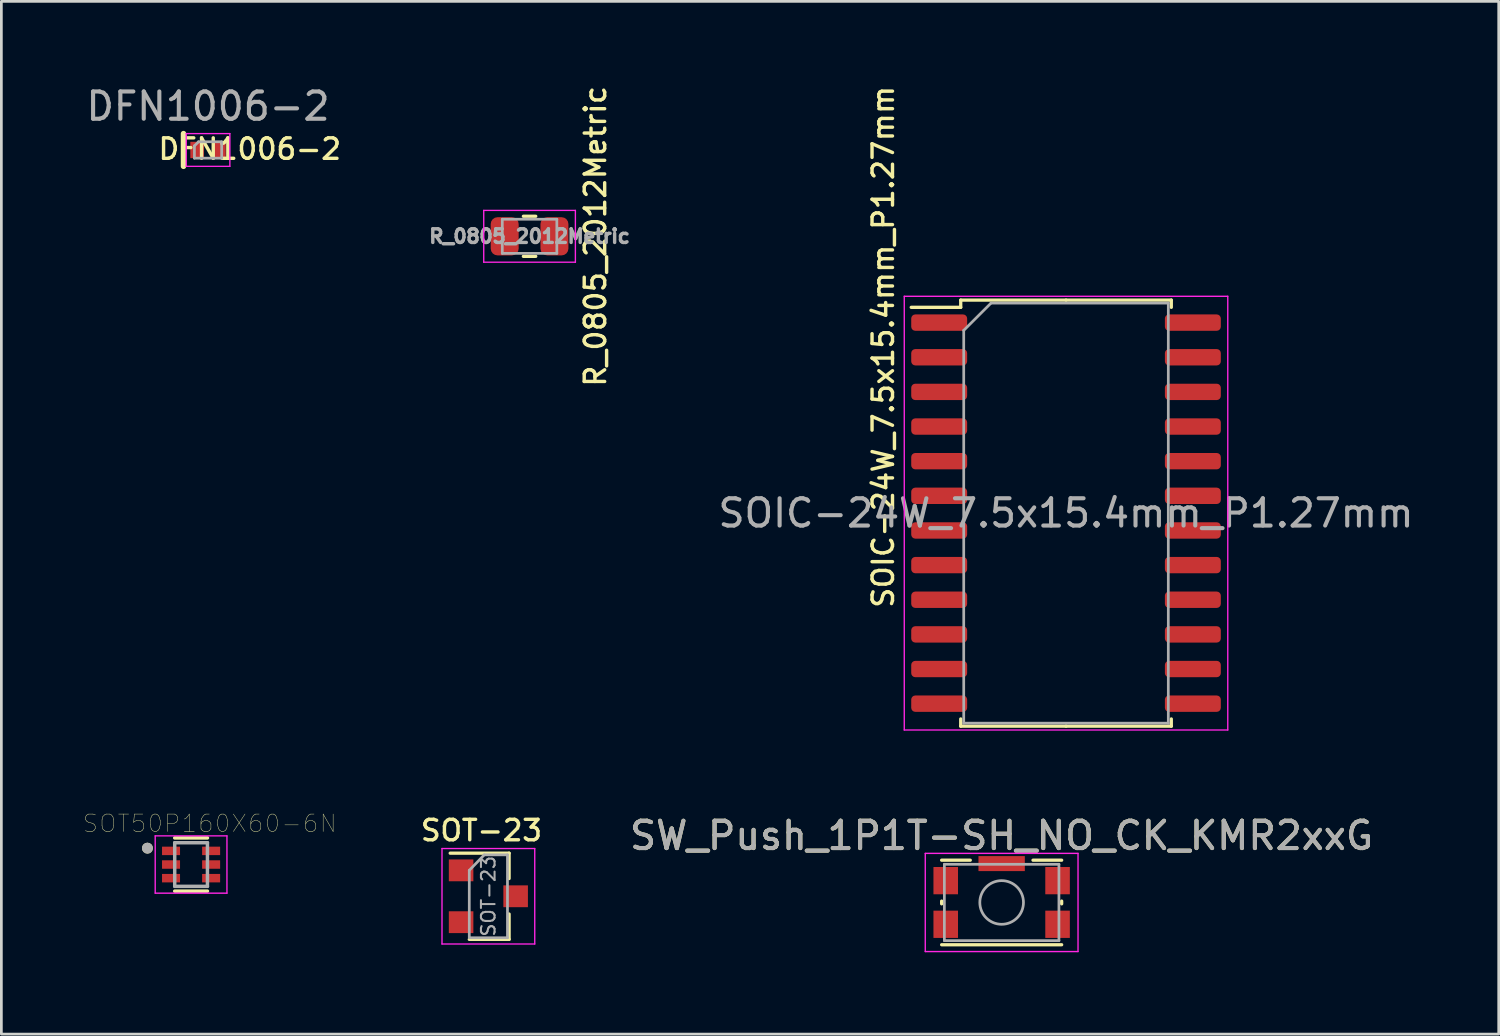
<source format=kicad_pcb>
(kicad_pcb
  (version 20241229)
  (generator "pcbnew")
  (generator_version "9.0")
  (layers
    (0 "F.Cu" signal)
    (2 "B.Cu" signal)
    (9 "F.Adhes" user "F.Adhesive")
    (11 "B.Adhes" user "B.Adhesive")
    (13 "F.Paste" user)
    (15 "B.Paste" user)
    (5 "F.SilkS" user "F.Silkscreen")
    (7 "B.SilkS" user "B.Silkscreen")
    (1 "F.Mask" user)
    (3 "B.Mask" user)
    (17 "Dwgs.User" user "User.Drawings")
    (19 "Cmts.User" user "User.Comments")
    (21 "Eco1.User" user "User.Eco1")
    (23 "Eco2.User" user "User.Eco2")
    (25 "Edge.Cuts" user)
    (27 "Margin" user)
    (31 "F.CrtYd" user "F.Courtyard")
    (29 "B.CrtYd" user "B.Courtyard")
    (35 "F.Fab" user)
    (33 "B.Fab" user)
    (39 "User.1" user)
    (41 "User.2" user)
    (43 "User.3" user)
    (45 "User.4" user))
  (footprint "SOT50P160X60-6N"
    (layer "F.Cu")
    (at 3.955 28.644)
    (property "Reference" "SOT50P160X60-6N" (at 0.682 -1.506 0) (layer "F.SilkS") (effects (font (size 0.64 0.64) (thickness 0.015))))
    (attr through_hole)
    (fp_line (start -0.6 -0.975) (end 0.6 -0.975) (stroke (width 0.127) (type solid)) (layer "F.SilkS"))
    (fp_line (start -0.6 0.975) (end 0.6 0.975) (stroke (width 0.127) (type solid)) (layer "F.SilkS"))
    (fp_circle (center -1.6 -0.6) (end -1.5 -0.6) (stroke (width 0.2) (type solid)) (fill no) (layer "F.SilkS"))
    (fp_line (start -1.315 -1.05) (end 1.315 -1.05) (stroke (width 0.05) (type solid)) (layer "F.CrtYd"))
    (fp_line (start -1.315 1.05) (end -1.315 -1.05) (stroke (width 0.05) (type solid)) (layer "F.CrtYd"))
    (fp_line (start 1.315 -1.05) (end 1.315 1.05) (stroke (width 0.05) (type solid)) (layer "F.CrtYd"))
    (fp_line (start 1.315 1.05) (end -1.315 1.05) (stroke (width 0.05) (type solid)) (layer "F.CrtYd"))
    (fp_line (start -0.6 -0.8) (end 0.6 -0.8) (stroke (width 0.127) (type solid)) (layer "F.Fab"))
    (fp_line (start -0.6 0.8) (end -0.6 -0.8) (stroke (width 0.127) (type solid)) (layer "F.Fab"))
    (fp_line (start 0.6 -0.8) (end 0.6 0.8) (stroke (width 0.127) (type solid)) (layer "F.Fab"))
    (fp_line (start 0.6 0.8) (end -0.6 0.8) (stroke (width 0.127) (type solid)) (layer "F.Fab"))
    (fp_circle (center -1.6 -0.6) (end -1.5 -0.6) (stroke (width 0.2) (type solid)) (fill no) (layer "F.Fab"))
    (pad "1" smd rect (at -0.735 -0.5) (size 0.66 0.31) (layers "F.Cu" "F.Mask" "F.Paste"))
    (pad "2" smd rect (at -0.735 0) (size 0.66 0.31) (layers "F.Cu" "F.Mask" "F.Paste"))
    (pad "3" smd rect (at -0.735 0.5) (size 0.66 0.31) (layers "F.Cu" "F.Mask" "F.Paste"))
    (pad "4" smd rect (at 0.735 0.5) (size 0.66 0.31) (layers "F.Cu" "F.Mask" "F.Paste"))
    (pad "5" smd rect (at 0.735 0) (size 0.66 0.31) (layers "F.Cu" "F.Mask" "F.Paste"))
    (pad "6" smd rect (at 0.735 -0.5) (size 0.66 0.31) (layers "F.Cu" "F.Mask" "F.Paste")))
  (footprint "SW_Push_1P1T-SH_NO_CK_KMR2xxG"
    (layer "F.Cu")
    (at 33.671 30.035)
    (property "Reference" "SW_Push_1P1T-SH_NO_CK_KMR2xxG" (at 0 -2.45 0) (layer "F.SilkS") (effects (font (size 1 1) (thickness 0.15))))
    (attr smd)
    (fp_line (start -2.2 0.05) (end -2.2 -0.05) (stroke (width 0.12) (type solid)) (layer "F.SilkS"))
    (fp_line (start -2.2 1.55) (end 2.2 1.55) (stroke (width 0.12) (type solid)) (layer "F.SilkS"))
    (fp_line (start -1.15 -1.55) (end -2.2 -1.55) (stroke (width 0.12) (type solid)) (layer "F.SilkS"))
    (fp_line (start 2.2 -1.55) (end 1.15 -1.55) (stroke (width 0.12) (type solid)) (layer "F.SilkS"))
    (fp_line (start 2.2 0.05) (end 2.2 -0.05) (stroke (width 0.12) (type solid)) (layer "F.SilkS"))
    (fp_line (start -2.8 -1.8) (end 2.8 -1.8) (stroke (width 0.05) (type solid)) (layer "F.CrtYd"))
    (fp_line (start -2.8 1.8) (end -2.8 -1.8) (stroke (width 0.05) (type solid)) (layer "F.CrtYd"))
    (fp_line (start 2.8 -1.8) (end 2.8 1.8) (stroke (width 0.05) (type solid)) (layer "F.CrtYd"))
    (fp_line (start 2.8 1.8) (end -2.8 1.8) (stroke (width 0.05) (type solid)) (layer "F.CrtYd"))
    (fp_line (start -2.1 -1.4) (end 2.1 -1.4) (stroke (width 0.1) (type solid)) (layer "F.Fab"))
    (fp_line (start -2.1 1.4) (end -2.1 -1.4) (stroke (width 0.1) (type solid)) (layer "F.Fab"))
    (fp_line (start 2.1 -1.4) (end 2.1 1.4) (stroke (width 0.1) (type solid)) (layer "F.Fab"))
    (fp_line (start 2.1 1.4) (end -2.1 1.4) (stroke (width 0.1) (type solid)) (layer "F.Fab"))
    (fp_circle (center 0 0) (end 0 0.8) (stroke (width 0.1) (type solid)) (fill no) (layer "F.Fab"))
    (fp_text user "${REFERENCE}" (at 0 -2.45 0) (layer "F.Fab") (effects (font (size 1 1) (thickness 0.15))))
    (pad "1" smd rect (at -2.05 -0.8) (size 0.9 1) (layers "F.Cu" "F.Mask" "F.Paste"))
    (pad "1" smd rect (at 2.05 -0.8) (size 0.9 1) (layers "F.Cu" "F.Mask" "F.Paste"))
    (pad "2" smd rect (at -2.05 0.8) (size 0.9 1) (layers "F.Cu" "F.Mask" "F.Paste"))
    (pad "2" smd rect (at 2.05 0.8) (size 0.9 1) (layers "F.Cu" "F.Mask" "F.Paste"))
    (pad "SH" smd rect (at 0 -1.425) (size 1.7 0.55) (layers "F.Cu" "F.Mask" "F.Paste")))
  (footprint "SOIC-24W_7.5x15.4mm_P1.27mm"
    (layer "F.Cu")
    (at 36.031 15.762)
    (property "Reference" "SOIC-24W_7.5x15.4mm_P1.27mm" (at -6.702 -6.096 90) (layer "F.SilkS") (effects (font (size 0.75 0.75) (thickness 0.125))))
    (attr smd)
    (fp_line (start -3.86 -7.81) (end -3.86 -7.545) (stroke (width 0.12) (type solid)) (layer "F.SilkS"))
    (fp_line (start -3.86 -7.545) (end -5.675 -7.545) (stroke (width 0.12) (type solid)) (layer "F.SilkS"))
    (fp_line (start -3.86 7.81) (end -3.86 7.545) (stroke (width 0.12) (type solid)) (layer "F.SilkS"))
    (fp_line (start 0 -7.81) (end -3.86 -7.81) (stroke (width 0.12) (type solid)) (layer "F.SilkS"))
    (fp_line (start 0 -7.81) (end 3.86 -7.81) (stroke (width 0.12) (type solid)) (layer "F.SilkS"))
    (fp_line (start 0 7.81) (end -3.86 7.81) (stroke (width 0.12) (type solid)) (layer "F.SilkS"))
    (fp_line (start 0 7.81) (end 3.86 7.81) (stroke (width 0.12) (type solid)) (layer "F.SilkS"))
    (fp_line (start 3.86 -7.81) (end 3.86 -7.545) (stroke (width 0.12) (type solid)) (layer "F.SilkS"))
    (fp_line (start 3.86 7.81) (end 3.86 7.545) (stroke (width 0.12) (type solid)) (layer "F.SilkS"))
    (fp_line (start -5.93 -7.95) (end -5.93 7.95) (stroke (width 0.05) (type solid)) (layer "F.CrtYd"))
    (fp_line (start -5.93 7.95) (end 5.93 7.95) (stroke (width 0.05) (type solid)) (layer "F.CrtYd"))
    (fp_line (start 5.93 -7.95) (end -5.93 -7.95) (stroke (width 0.05) (type solid)) (layer "F.CrtYd"))
    (fp_line (start 5.93 7.95) (end 5.93 -7.95) (stroke (width 0.05) (type solid)) (layer "F.CrtYd"))
    (fp_line (start -3.75 -6.7) (end -2.75 -7.7) (stroke (width 0.1) (type solid)) (layer "F.Fab"))
    (fp_line (start -3.75 7.7) (end -3.75 -6.7) (stroke (width 0.1) (type solid)) (layer "F.Fab"))
    (fp_line (start -2.75 -7.7) (end 3.75 -7.7) (stroke (width 0.1) (type solid)) (layer "F.Fab"))
    (fp_line (start 3.75 -7.7) (end 3.75 7.7) (stroke (width 0.1) (type solid)) (layer "F.Fab"))
    (fp_line (start 3.75 7.7) (end -3.75 7.7) (stroke (width 0.1) (type solid)) (layer "F.Fab"))
    (fp_text user "${REFERENCE}" (at 0 0 0) (layer "F.Fab") (effects (font (size 1 1) (thickness 0.15))))
    (pad "1" smd roundrect (at -4.65 -6.985) (size 2.05 0.6) (layers "F.Cu" "F.Mask" "F.Paste") (roundrect_rratio 0.25))
    (pad "2" smd roundrect (at -4.65 -5.715) (size 2.05 0.6) (layers "F.Cu" "F.Mask" "F.Paste") (roundrect_rratio 0.25))
    (pad "3" smd roundrect (at -4.65 -4.445) (size 2.05 0.6) (layers "F.Cu" "F.Mask" "F.Paste") (roundrect_rratio 0.25))
    (pad "4" smd roundrect (at -4.65 -3.175) (size 2.05 0.6) (layers "F.Cu" "F.Mask" "F.Paste") (roundrect_rratio 0.25))
    (pad "5" smd roundrect (at -4.65 -1.905) (size 2.05 0.6) (layers "F.Cu" "F.Mask" "F.Paste") (roundrect_rratio 0.25))
    (pad "6" smd roundrect (at -4.65 -0.635) (size 2.05 0.6) (layers "F.Cu" "F.Mask" "F.Paste") (roundrect_rratio 0.25))
    (pad "7" smd roundrect (at -4.65 0.635) (size 2.05 0.6) (layers "F.Cu" "F.Mask" "F.Paste") (roundrect_rratio 0.25))
    (pad "8" smd roundrect (at -4.65 1.905) (size 2.05 0.6) (layers "F.Cu" "F.Mask" "F.Paste") (roundrect_rratio 0.25))
    (pad "9" smd roundrect (at -4.65 3.175) (size 2.05 0.6) (layers "F.Cu" "F.Mask" "F.Paste") (roundrect_rratio 0.25))
    (pad "10" smd roundrect (at -4.65 4.445) (size 2.05 0.6) (layers "F.Cu" "F.Mask" "F.Paste") (roundrect_rratio 0.25))
    (pad "11" smd roundrect (at -4.65 5.715) (size 2.05 0.6) (layers "F.Cu" "F.Mask" "F.Paste") (roundrect_rratio 0.25))
    (pad "12" smd roundrect (at -4.65 6.985) (size 2.05 0.6) (layers "F.Cu" "F.Mask" "F.Paste") (roundrect_rratio 0.25))
    (pad "13" smd roundrect (at 4.65 6.985) (size 2.05 0.6) (layers "F.Cu" "F.Mask" "F.Paste") (roundrect_rratio 0.25))
    (pad "14" smd roundrect (at 4.65 5.715) (size 2.05 0.6) (layers "F.Cu" "F.Mask" "F.Paste") (roundrect_rratio 0.25))
    (pad "15" smd roundrect (at 4.65 4.445) (size 2.05 0.6) (layers "F.Cu" "F.Mask" "F.Paste") (roundrect_rratio 0.25))
    (pad "16" smd roundrect (at 4.65 3.175) (size 2.05 0.6) (layers "F.Cu" "F.Mask" "F.Paste") (roundrect_rratio 0.25))
    (pad "17" smd roundrect (at 4.65 1.905) (size 2.05 0.6) (layers "F.Cu" "F.Mask" "F.Paste") (roundrect_rratio 0.25))
    (pad "18" smd roundrect (at 4.65 0.635) (size 2.05 0.6) (layers "F.Cu" "F.Mask" "F.Paste") (roundrect_rratio 0.25))
    (pad "19" smd roundrect (at 4.65 -0.635) (size 2.05 0.6) (layers "F.Cu" "F.Mask" "F.Paste") (roundrect_rratio 0.25))
    (pad "20" smd roundrect (at 4.65 -1.905) (size 2.05 0.6) (layers "F.Cu" "F.Mask" "F.Paste") (roundrect_rratio 0.25))
    (pad "21" smd roundrect (at 4.65 -3.175) (size 2.05 0.6) (layers "F.Cu" "F.Mask" "F.Paste") (roundrect_rratio 0.25))
    (pad "22" smd roundrect (at 4.65 -4.445) (size 2.05 0.6) (layers "F.Cu" "F.Mask" "F.Paste") (roundrect_rratio 0.25))
    (pad "23" smd roundrect (at 4.65 -5.715) (size 2.05 0.6) (layers "F.Cu" "F.Mask" "F.Paste") (roundrect_rratio 0.25))
    (pad "24" smd roundrect (at 4.65 -6.985) (size 2.05 0.6) (layers "F.Cu" "F.Mask" "F.Paste") (roundrect_rratio 0.25)))
  (footprint "R_0805_2012Metric"
    (layer "F.Cu")
    (at 16.364 5.613)
    (property "Reference" "R_0805_2012Metric" (at 2.413 0 90) (layer "F.SilkS") (effects (font (size 0.75 0.75) (thickness 0.125))))
    (attr smd)
    (fp_line (start -0.227 -0.735) (end 0.227 -0.735) (stroke (width 0.12) (type solid)) (layer "F.SilkS"))
    (fp_line (start -0.227 0.735) (end 0.227 0.735) (stroke (width 0.12) (type solid)) (layer "F.SilkS"))
    (fp_line (start -1.68 -0.95) (end 1.68 -0.95) (stroke (width 0.05) (type solid)) (layer "F.CrtYd"))
    (fp_line (start -1.68 0.95) (end -1.68 -0.95) (stroke (width 0.05) (type solid)) (layer "F.CrtYd"))
    (fp_line (start 1.68 -0.95) (end 1.68 0.95) (stroke (width 0.05) (type solid)) (layer "F.CrtYd"))
    (fp_line (start 1.68 0.95) (end -1.68 0.95) (stroke (width 0.05) (type solid)) (layer "F.CrtYd"))
    (fp_line (start -1 -0.625) (end 1 -0.625) (stroke (width 0.1) (type solid)) (layer "F.Fab"))
    (fp_line (start -1 0.625) (end -1 -0.625) (stroke (width 0.1) (type solid)) (layer "F.Fab"))
    (fp_line (start 1 -0.625) (end 1 0.625) (stroke (width 0.1) (type solid)) (layer "F.Fab"))
    (fp_line (start 1 0.625) (end -1 0.625) (stroke (width 0.1) (type solid)) (layer "F.Fab"))
    (fp_text user "${REFERENCE}" (at 0 0 0) (layer "F.Fab") (effects (font (size 0.5 0.5) (thickness 0.15))))
    (pad "1" smd roundrect (at -0.912 0) (size 1.025 1.4) (layers "F.Cu" "F.Mask" "F.Paste") (roundrect_rratio 0.244))
    (pad "2" smd roundrect (at 0.912 0) (size 1.025 1.4) (layers "F.Cu" "F.Mask" "F.Paste") (roundrect_rratio 0.244)))
  (footprint "DFN1006-2"
    (layer "F.Cu")
    (at 4.577 2.448)
    (property "Reference" "DFN1006-2" (at 1.53 -0.035 180) (layer "F.SilkS") (effects (font (size 0.75 0.75) (thickness 0.125))))
    (attr smd)
    (fp_line (start -0.9 -0.6) (end -0.9 0.6) (stroke (width 0.2) (type solid)) (layer "F.SilkS"))
    (fp_line (start -0.8 -0.6) (end 0.8 -0.6) (stroke (width 0.05) (type solid)) (layer "F.CrtYd"))
    (fp_line (start -0.8 0.6) (end -0.8 -0.6) (stroke (width 0.05) (type solid)) (layer "F.CrtYd"))
    (fp_line (start 0.8 -0.6) (end 0.8 0.6) (stroke (width 0.05) (type solid)) (layer "F.CrtYd"))
    (fp_line (start 0.8 0.6) (end -0.8 0.6) (stroke (width 0.05) (type solid)) (layer "F.CrtYd"))
    (fp_line (start -0.5 0.3) (end -0.5 -0.15) (stroke (width 0.1) (type solid)) (layer "F.Fab"))
    (fp_line (start -0.35 -0.3) (end -0.5 -0.15) (stroke (width 0.1) (type solid)) (layer "F.Fab"))
    (fp_line (start -0.35 -0.3) (end 0.5 -0.3) (stroke (width 0.1) (type solid)) (layer "F.Fab"))
    (fp_line (start 0.5 -0.3) (end 0.5 0.3) (stroke (width 0.1) (type solid)) (layer "F.Fab"))
    (fp_line (start 0.5 0.3) (end -0.5 0.3) (stroke (width 0.1) (type solid)) (layer "F.Fab"))
    (fp_text user "${REFERENCE}" (at 0 -1.6 180) (layer "F.Fab") (effects (font (size 1 1) (thickness 0.15))))
    (pad "1" smd rect (at -0.4 0 270) (size 0.6 0.5) (layers "F.Cu" "F.Mask" "F.Paste"))
    (pad "2" smd rect (at 0.4 0 270) (size 0.6 0.5) (layers "F.Cu" "F.Mask" "F.Paste")))
  (footprint "SOT-23"
    (layer "F.Cu")
    (at 14.854 29.808)
    (property "Reference" "SOT-23" (at -0.254 -2.413 180) (layer "F.SilkS") (effects (font (size 0.75 0.75) (thickness 0.125))))
    (attr smd)
    (fp_line (start 0.76 -1.58) (end -1.4 -1.58) (stroke (width 0.12) (type solid)) (layer "F.SilkS"))
    (fp_line (start 0.76 -1.58) (end 0.76 -0.65) (stroke (width 0.12) (type solid)) (layer "F.SilkS"))
    (fp_line (start 0.76 1.58) (end -0.7 1.58) (stroke (width 0.12) (type solid)) (layer "F.SilkS"))
    (fp_line (start 0.76 1.58) (end 0.76 0.65) (stroke (width 0.12) (type solid)) (layer "F.SilkS"))
    (fp_line (start -1.7 -1.75) (end 1.7 -1.75) (stroke (width 0.05) (type solid)) (layer "F.CrtYd"))
    (fp_line (start -1.7 1.75) (end -1.7 -1.75) (stroke (width 0.05) (type solid)) (layer "F.CrtYd"))
    (fp_line (start 1.7 -1.75) (end 1.7 1.75) (stroke (width 0.05) (type solid)) (layer "F.CrtYd"))
    (fp_line (start 1.7 1.75) (end -1.7 1.75) (stroke (width 0.05) (type solid)) (layer "F.CrtYd"))
    (fp_line (start -0.7 -0.95) (end -0.7 1.5) (stroke (width 0.1) (type solid)) (layer "F.Fab"))
    (fp_line (start -0.7 -0.95) (end -0.15 -1.52) (stroke (width 0.1) (type solid)) (layer "F.Fab"))
    (fp_line (start -0.7 1.52) (end 0.7 1.52) (stroke (width 0.1) (type solid)) (layer "F.Fab"))
    (fp_line (start -0.15 -1.52) (end 0.7 -1.52) (stroke (width 0.1) (type solid)) (layer "F.Fab"))
    (fp_line (start 0.7 -1.52) (end 0.7 1.52) (stroke (width 0.1) (type solid)) (layer "F.Fab"))
    (fp_text user "${REFERENCE}" (at 0 0 270) (layer "F.Fab") (effects (font (size 0.5 0.5) (thickness 0.075))))
    (pad "1" smd rect (at -1 -0.95) (size 0.9 0.8) (layers "F.Cu" "F.Mask" "F.Paste"))
    (pad "2" smd rect (at -1 0.95) (size 0.9 0.8) (layers "F.Cu" "F.Mask" "F.Paste"))
    (pad "3" smd rect (at 1 0) (size 0.9 0.8) (layers "F.Cu" "F.Mask" "F.Paste")))
  (gr_rect
    (start -3 -3)
    (end 51.894 34.86)
    (stroke (width 0.1) (type default))
    (fill no)
    (layer "Edge.Cuts")))
</source>
